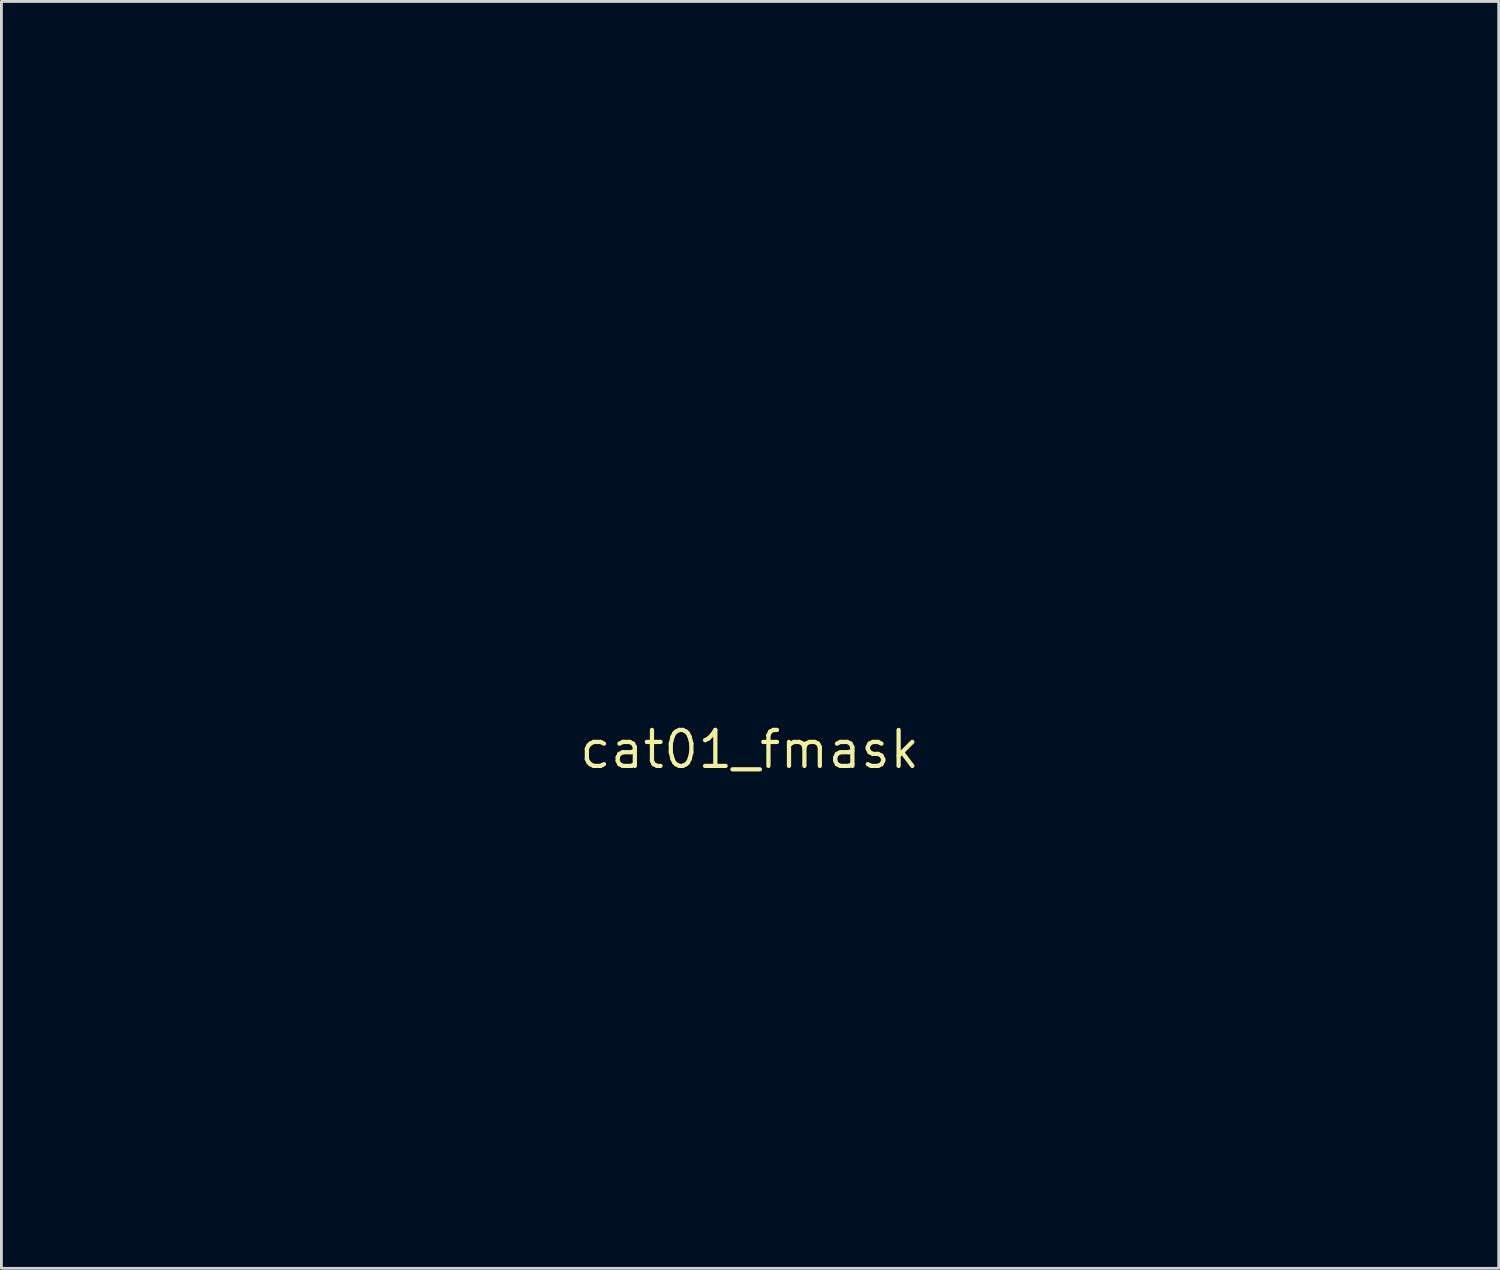
<source format=kicad_pcb>
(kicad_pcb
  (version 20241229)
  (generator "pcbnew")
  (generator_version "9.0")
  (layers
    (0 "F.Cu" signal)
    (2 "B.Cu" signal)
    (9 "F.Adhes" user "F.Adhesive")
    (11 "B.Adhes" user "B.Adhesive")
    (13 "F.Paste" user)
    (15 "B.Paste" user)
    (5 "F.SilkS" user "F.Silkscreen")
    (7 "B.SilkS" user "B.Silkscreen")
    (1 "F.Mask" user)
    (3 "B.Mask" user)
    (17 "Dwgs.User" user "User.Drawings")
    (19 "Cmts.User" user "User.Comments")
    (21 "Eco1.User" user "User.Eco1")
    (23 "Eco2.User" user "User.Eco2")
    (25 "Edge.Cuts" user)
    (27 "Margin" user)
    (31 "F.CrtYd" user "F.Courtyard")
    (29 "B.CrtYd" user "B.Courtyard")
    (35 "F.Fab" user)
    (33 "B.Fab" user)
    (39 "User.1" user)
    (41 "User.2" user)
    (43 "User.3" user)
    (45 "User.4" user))
  (footprint "cat01_fmask"
    (layer "F.Cu")
    (at 23.415 23.411)
    (property "Reference" "cat01_fmask" (at 0 0 0) (layer "F.SilkS") (effects (font (size 1.27 1.27) (thickness 0.15))))
    (attr through_hole)
    (fp_poly (pts (xy 4.543 -1.72) (xy 4.652 -1.654) (xy 4.733 -1.537) (xy 4.766 -1.401) (xy 4.76 -1.337) (xy 4.726 -1.248) (xy 4.668 -1.181) (xy 4.571 -1.13) (xy 4.423 -1.09) (xy 4.21 -1.053) (xy 4.092 -1.037) (xy 3.475 -0.933) (xy 2.863 -0.784) (xy 2.278 -0.598) (xy 1.743 -0.381) (xy 1.566 -0.296) (xy 1.389 -0.209) (xy 1.266 -0.157) (xy 1.18 -0.136) (xy 1.111 -0.142) (xy 1.038 -0.171) (xy 1.017 -0.181) (xy 0.914 -0.276) (xy 0.864 -0.41) (xy 0.876 -0.553) (xy 0.905 -0.612) (xy 1.015 -0.724) (xy 1.198 -0.845) (xy 1.444 -0.972) (xy 1.741 -1.099) (xy 2.081 -1.225) (xy 2.451 -1.345) (xy 2.842 -1.455) (xy 3.243 -1.552) (xy 3.644 -1.632) (xy 3.93 -1.678) (xy 4.137 -1.704) (xy 4.323 -1.72) (xy 4.467 -1.726) (xy 4.543 -1.72)) (stroke (width 0.01) (type solid)) (fill yes) (layer "F.Mask"))
    (fp_poly (pts (xy 5.212 -0.59) (xy 5.28 -0.573) (xy 5.328 -0.535) (xy 5.372 -0.482) (xy 5.441 -0.361) (xy 5.443 -0.236) (xy 5.443 -0.234) (xy 5.391 -0.102) (xy 5.288 -0.013) (xy 5.12 0.04) (xy 5.009 0.056) (xy 4.83 0.084) (xy 4.625 0.131) (xy 4.487 0.17) (xy 4.257 0.255) (xy 3.979 0.377) (xy 3.673 0.523) (xy 3.363 0.684) (xy 3.07 0.848) (xy 2.815 1.004) (xy 2.803 1.012) (xy 2.574 1.153) (xy 2.396 1.24) (xy 2.258 1.273) (xy 2.149 1.254) (xy 2.059 1.187) (xy 2.035 1.158) (xy 1.957 1.011) (xy 1.963 0.866) (xy 1.988 0.808) (xy 2.051 0.738) (xy 2.178 0.638) (xy 2.356 0.515) (xy 2.573 0.377) (xy 2.816 0.232) (xy 3.075 0.087) (xy 3.323 -0.044) (xy 3.757 -0.251) (xy 4.141 -0.404) (xy 4.486 -0.509) (xy 4.804 -0.568) (xy 4.935 -0.58) (xy 5.105 -0.591) (xy 5.212 -0.59)) (stroke (width 0.01) (type solid)) (fill yes) (layer "F.Mask"))
    (fp_poly (pts (xy -3.342 -23.379) (xy -3.239 -23.371) (xy -2.206 -23.252) (xy -1.215 -23.061) (xy -0.26 -22.797) (xy 0.666 -22.458) (xy 1.566 -22.042) (xy 2.447 -21.547) (xy 3.314 -20.97) (xy 3.725 -20.665) (xy 4.34 -20.182) (xy 4.89 -19.726) (xy 5.389 -19.282) (xy 5.848 -18.837) (xy 6.28 -18.38) (xy 6.696 -17.898) (xy 7.108 -17.377) (xy 7.528 -16.804) (xy 7.969 -16.169) (xy 8.01 -16.108) (xy 8.287 -15.701) (xy 8.571 -15.295) (xy 8.852 -14.902) (xy 9.122 -14.532) (xy 9.373 -14.197) (xy 9.597 -13.908) (xy 9.785 -13.677) (xy 9.819 -13.637) (xy 9.97 -13.476) (xy 10.14 -13.312) (xy 10.297 -13.178) (xy 10.312 -13.167) (xy 10.474 -13.04) (xy 10.643 -12.9) (xy 10.761 -12.797) (xy 10.87 -12.703) (xy 10.954 -12.637) (xy 10.994 -12.616) (xy 11.031 -12.65) (xy 11.092 -12.739) (xy 11.149 -12.838) (xy 11.281 -13.063) (xy 11.451 -13.332) (xy 11.646 -13.622) (xy 11.849 -13.913) (xy 12.046 -14.182) (xy 12.223 -14.408) (xy 12.284 -14.482) (xy 12.603 -14.833) (xy 12.894 -15.111) (xy 13.164 -15.319) (xy 13.419 -15.462) (xy 13.665 -15.544) (xy 13.816 -15.566) (xy 14.009 -15.566) (xy 14.181 -15.527) (xy 14.34 -15.445) (xy 14.493 -15.311) (xy 14.648 -15.119) (xy 14.813 -14.862) (xy 14.995 -14.534) (xy 15.045 -14.436) (xy 15.287 -13.944) (xy 15.533 -13.396) (xy 15.787 -12.787) (xy 16.05 -12.113) (xy 16.325 -11.368) (xy 16.612 -10.548) (xy 16.785 -10.036) (xy 17.173 -8.876) (xy 17.741 -8.647) (xy 18.026 -8.529) (xy 18.358 -8.389) (xy 18.73 -8.228) (xy 19.131 -8.052) (xy 19.554 -7.865) (xy 19.988 -7.67) (xy 20.425 -7.472) (xy 20.855 -7.276) (xy 21.271 -7.084) (xy 21.661 -6.902) (xy 22.019 -6.733) (xy 22.334 -6.582) (xy 22.598 -6.452) (xy 22.801 -6.348) (xy 22.924 -6.281) (xy 23.058 -6.188) (xy 23.158 -6.081) (xy 23.234 -5.941) (xy 23.295 -5.75) (xy 23.349 -5.503) (xy 23.376 -5.311) (xy 23.398 -5.042) (xy 23.416 -4.707) (xy 23.43 -4.313) (xy 23.439 -3.87) (xy 23.444 -3.386) (xy 23.443 -2.87) (xy 23.438 -2.331) (xy 23.428 -1.778) (xy 23.413 -1.219) (xy 23.393 -0.663) (xy 23.361 0.135) (xy 23.333 0.853) (xy 23.31 1.497) (xy 23.29 2.069) (xy 23.275 2.576) (xy 23.265 3.022) (xy 23.258 3.412) (xy 23.256 3.751) (xy 23.258 4.042) (xy 23.265 4.292) (xy 23.275 4.504) (xy 23.29 4.683) (xy 23.31 4.835) (xy 23.333 4.964) (xy 23.361 5.074) (xy 23.393 5.168) (xy 23.438 5.339) (xy 23.437 5.474) (xy 23.437 5.477) (xy 23.383 5.581) (xy 23.267 5.728) (xy 23.098 5.911) (xy 22.881 6.125) (xy 22.624 6.362) (xy 22.335 6.617) (xy 22.021 6.884) (xy 21.689 7.156) (xy 21.347 7.427) (xy 21.003 7.691) (xy 20.662 7.942) (xy 20.334 8.173) (xy 20.025 8.378) (xy 19.911 8.45) (xy 19.365 8.784) (xy 18.755 9.15) (xy 18.091 9.541) (xy 17.382 9.953) (xy 16.641 10.378) (xy 15.876 10.812) (xy 15.099 11.249) (xy 14.319 11.683) (xy 13.547 12.108) (xy 12.793 12.518) (xy 12.068 12.908) (xy 11.382 13.271) (xy 10.745 13.602) (xy 10.168 13.896) (xy 10.068 13.946) (xy 9.43 14.26) (xy 8.861 14.531) (xy 8.358 14.759) (xy 7.918 14.946) (xy 7.539 15.093) (xy 7.217 15.202) (xy 6.95 15.273) (xy 6.743 15.307) (xy 6.644 15.314) (xy 6.558 15.311) (xy 6.47 15.293) (xy 6.362 15.255) (xy 6.217 15.19) (xy 6.019 15.094) (xy 5.948 15.059) (xy 5.671 14.92) (xy 5.324 14.741) (xy 4.912 14.524) (xy 4.439 14.272) (xy 3.907 13.987) (xy 3.322 13.671) (xy 2.687 13.326) (xy 2.007 12.955) (xy 1.285 12.559) (xy 0.525 12.141) (xy -0.269 11.703) (xy -1.092 11.248) (xy -1.941 10.776) (xy -2.812 10.292) (xy -3.701 9.796) (xy -4.604 9.291) (xy -5.517 8.78) (xy -6.436 8.264) (xy -7.357 7.746) (xy -8.276 7.227) (xy -9.188 6.711) (xy -10.091 6.199) (xy -10.98 5.693) (xy -11.045 5.656) (xy -11.366 5.474) (xy -11.665 5.305) (xy -11.934 5.155) (xy -12.165 5.028) (xy -12.349 4.928) (xy -12.478 4.859) (xy -12.544 4.828) (xy -12.551 4.826) (xy -12.61 4.842) (xy -12.726 4.885) (xy -12.876 4.946) (xy -12.936 4.971) (xy -13.588 5.208) (xy -14.269 5.367) (xy -14.972 5.449) (xy -15.693 5.453) (xy -16.426 5.38) (xy -17.167 5.229) (xy -17.909 5.002) (xy -18.204 4.889) (xy -18.719 4.663) (xy -19.177 4.416) (xy -19.601 4.135) (xy -20.012 3.804) (xy -20.432 3.41) (xy -20.45 3.392) (xy -20.995 2.787) (xy -21.489 2.116) (xy -21.932 1.383) (xy -22.321 0.592) (xy -22.655 -0.253) (xy -22.932 -1.15) (xy -23.15 -2.092) (xy -23.216 -2.456) (xy -23.353 -3.49) (xy -23.41 -4.498) (xy -23.403 -4.817) (xy -22.758 -4.817) (xy -22.735 -3.973) (xy -22.638 -3.015) (xy -22.478 -2.083) (xy -22.258 -1.185) (xy -21.981 -0.328) (xy -21.647 0.48) (xy -21.261 1.232) (xy -20.962 1.717) (xy -20.518 2.331) (xy -20.052 2.867) (xy -19.555 3.33) (xy -19.022 3.725) (xy -18.446 4.057) (xy -17.822 4.331) (xy -17.462 4.457) (xy -16.895 4.621) (xy -16.373 4.734) (xy -15.877 4.798) (xy -15.386 4.815) (xy -14.881 4.788) (xy -14.82 4.782) (xy -14.243 4.692) (xy -13.67 4.543) (xy -13.516 4.488) (xy -11.726 4.488) (xy -11.69 4.514) (xy -11.584 4.579) (xy -11.412 4.681) (xy -11.179 4.816) (xy -10.888 4.984) (xy -10.545 5.181) (xy -10.152 5.405) (xy -9.715 5.653) (xy -9.237 5.925) (xy -8.722 6.216) (xy -8.175 6.525) (xy -7.6 6.849) (xy -7.001 7.187) (xy -6.383 7.535) (xy -5.748 7.891) (xy -5.102 8.254) (xy -4.449 8.62) (xy -3.793 8.987) (xy -3.138 9.354) (xy -2.488 9.717) (xy -1.847 10.074) (xy -1.22 10.424) (xy -0.611 10.762) (xy -0.024 11.089) (xy 0.538 11.4) (xy 1.069 11.693) (xy 1.566 11.967) (xy 1.799 12.095) (xy 2.374 12.41) (xy 2.929 12.713) (xy 3.46 13.001) (xy 3.961 13.272) (xy 4.43 13.524) (xy 4.86 13.754) (xy 5.248 13.959) (xy 5.588 14.138) (xy 5.877 14.287) (xy 6.11 14.405) (xy 6.281 14.489) (xy 6.388 14.536) (xy 6.423 14.546) (xy 6.424 14.501) (xy 6.415 14.394) (xy 6.397 14.247) (xy 6.394 14.22) (xy 6.351 13.848) (xy 6.31 13.402) (xy 6.272 12.892) (xy 6.237 12.328) (xy 6.205 11.721) (xy 6.177 11.08) (xy 6.153 10.416) (xy 6.134 9.739) (xy 6.118 9.059) (xy 6.108 8.387) (xy 6.103 7.733) (xy 6.103 7.341) (xy 6.766 7.341) (xy 6.767 7.956) (xy 6.771 8.582) (xy 6.779 9.208) (xy 6.79 9.825) (xy 6.805 10.421) (xy 6.823 10.986) (xy 6.845 11.509) (xy 6.857 11.751) (xy 6.881 12.161) (xy 6.907 12.569) (xy 6.935 12.963) (xy 6.963 13.334) (xy 6.991 13.672) (xy 7.019 13.968) (xy 7.045 14.21) (xy 7.068 14.39) (xy 7.088 14.497) (xy 7.091 14.51) (xy 7.107 14.54) (xy 7.137 14.554) (xy 7.193 14.549) (xy 7.284 14.522) (xy 7.423 14.469) (xy 7.619 14.388) (xy 7.817 14.305) (xy 8.07 14.193) (xy 8.386 14.046) (xy 8.754 13.87) (xy 9.164 13.669) (xy 9.603 13.451) (xy 10.062 13.219) (xy 10.528 12.98) (xy 10.99 12.739) (xy 11.439 12.502) (xy 11.62 12.405) (xy 12.207 12.088) (xy 12.832 11.746) (xy 13.485 11.386) (xy 14.156 11.013) (xy 14.837 10.631) (xy 15.518 10.247) (xy 16.19 9.866) (xy 16.842 9.493) (xy 17.465 9.134) (xy 18.05 8.794) (xy 18.588 8.478) (xy 19.068 8.192) (xy 19.424 7.977) (xy 19.77 7.754) (xy 20.16 7.485) (xy 20.576 7.182) (xy 21.002 6.858) (xy 21.421 6.527) (xy 21.816 6.2) (xy 22.171 5.892) (xy 22.444 5.639) (xy 22.59 5.496) (xy 22.681 5.396) (xy 22.729 5.327) (xy 22.743 5.273) (xy 22.732 5.225) (xy 22.695 5.08) (xy 22.665 4.858) (xy 22.641 4.567) (xy 22.623 4.213) (xy 22.612 3.805) (xy 22.608 3.349) (xy 22.611 2.854) (xy 22.621 2.327) (xy 22.638 1.774) (xy 22.648 1.545) (xy 22.663 1.19) (xy 22.68 0.783) (xy 22.698 0.356) (xy 22.716 -0.058) (xy 22.731 -0.427) (xy 22.732 -0.445) (xy 22.757 -1.068) (xy 22.776 -1.674) (xy 22.791 -2.254) (xy 22.802 -2.799) (xy 22.807 -3.3) (xy 22.808 -3.749) (xy 22.803 -4.138) (xy 22.793 -4.457) (xy 22.781 -4.652) (xy 22.764 -4.87) (xy 22.747 -5.056) (xy 22.732 -5.194) (xy 22.72 -5.27) (xy 22.717 -5.279) (xy 22.671 -5.27) (xy 22.562 -5.224) (xy 22.399 -5.146) (xy 22.192 -5.043) (xy 21.951 -4.919) (xy 21.686 -4.779) (xy 21.408 -4.63) (xy 21.125 -4.475) (xy 20.848 -4.321) (xy 20.587 -4.173) (xy 20.351 -4.036) (xy 20.152 -3.915) (xy 20.076 -3.868) (xy 19.854 -3.726) (xy 20.107 -3.361) (xy 20.39 -2.884) (xy 20.592 -2.387) (xy 20.713 -1.864) (xy 20.756 -1.312) (xy 20.756 -1.27) (xy 20.752 -1.03) (xy 20.739 -0.845) (xy 20.712 -0.684) (xy 20.668 -0.518) (xy 20.643 -0.438) (xy 20.472 -0.028) (xy 20.249 0.316) (xy 19.975 0.593) (xy 19.652 0.802) (xy 19.282 0.94) (xy 18.866 1.008) (xy 18.669 1.014) (xy 18.272 0.979) (xy 17.895 0.871) (xy 17.529 0.688) (xy 17.169 0.425) (xy 16.952 0.228) (xy 16.71 -0.035) (xy 16.478 -0.339) (xy 16.274 -0.655) (xy 16.116 -0.959) (xy 16.081 -1.041) (xy 15.979 -1.299) (xy 15.343 -0.914) (xy 15.034 -0.726) (xy 14.759 -0.556) (xy 14.526 -0.41) (xy 14.342 -0.291) (xy 14.213 -0.204) (xy 14.147 -0.153) (xy 14.139 -0.144) (xy 14.16 -0.102) (xy 14.212 -0.011) (xy 14.266 0.078) (xy 14.464 0.443) (xy 14.639 0.847) (xy 14.771 1.244) (xy 14.778 1.27) (xy 14.835 1.558) (xy 14.869 1.888) (xy 14.879 2.231) (xy 14.865 2.561) (xy 14.827 2.849) (xy 14.801 2.96) (xy 14.657 3.358) (xy 14.46 3.719) (xy 14.219 4.029) (xy 13.943 4.275) (xy 13.879 4.319) (xy 13.527 4.503) (xy 13.135 4.636) (xy 12.727 4.71) (xy 12.328 4.721) (xy 12.145 4.701) (xy 11.787 4.616) (xy 11.463 4.472) (xy 11.167 4.265) (xy 10.892 3.989) (xy 10.632 3.639) (xy 10.414 3.272) (xy 10.312 3.096) (xy 10.204 2.924) (xy 10.11 2.79) (xy 10.092 2.767) (xy 10.007 2.667) (xy 9.943 2.619) (xy 9.867 2.611) (xy 9.756 2.629) (xy 9.618 2.664) (xy 9.46 2.722) (xy 9.271 2.808) (xy 9.044 2.927) (xy 8.767 3.084) (xy 8.432 3.283) (xy 8.359 3.327) (xy 8.037 3.519) (xy 7.735 3.691) (xy 7.464 3.839) (xy 7.234 3.956) (xy 7.056 4.037) (xy 6.953 4.073) (xy 6.913 4.095) (xy 6.884 4.146) (xy 6.864 4.242) (xy 6.846 4.401) (xy 6.84 4.471) (xy 6.819 4.799) (xy 6.801 5.201) (xy 6.787 5.667) (xy 6.776 6.186) (xy 6.769 6.748) (xy 6.766 7.341) (xy 6.103 7.341) (xy 6.103 7.107) (xy 6.109 6.52) (xy 6.121 5.981) (xy 6.139 5.501) (xy 6.14 5.482) (xy 6.155 5.171) (xy 6.169 4.88) (xy 6.181 4.622) (xy 6.19 4.41) (xy 6.196 4.257) (xy 6.199 4.179) (xy 6.202 4.019) (xy 5.567 3.752) (xy 5.162 3.578) (xy 4.709 3.376) (xy 4.215 3.15) (xy 3.687 2.903) (xy 3.133 2.639) (xy 2.56 2.362) (xy 1.975 2.075) (xy 1.385 1.783) (xy 0.799 1.488) (xy 0.222 1.195) (xy -0.338 0.907) (xy -0.873 0.628) (xy -1.377 0.361) (xy -1.841 0.111) (xy -2.259 -0.12) (xy -2.624 -0.327) (xy -2.928 -0.507) (xy -3.164 -0.657) (xy -3.207 -0.685) (xy -3.387 -0.809) (xy -3.526 -0.703) (xy -3.806 -0.534) (xy -4.1 -0.441) (xy -4.397 -0.426) (xy -4.684 -0.49) (xy -4.763 -0.523) (xy -4.88 -0.593) (xy -5.04 -0.71) (xy -5.224 -0.86) (xy -5.415 -1.03) (xy -5.416 -1.03) (xy -5.657 -1.246) (xy -5.857 -1.405) (xy -6.026 -1.513) (xy -6.176 -1.578) (xy -6.319 -1.606) (xy -6.386 -1.609) (xy -6.601 -1.582) (xy -6.861 -1.506) (xy -7.148 -1.391) (xy -7.444 -1.243) (xy -7.73 -1.072) (xy -7.99 -0.886) (xy -8.026 -0.857) (xy -8.26 -0.643) (xy -8.478 -0.398) (xy -8.683 -0.113) (xy -8.883 0.22) (xy -9.082 0.611) (xy -9.285 1.068) (xy -9.461 1.503) (xy -9.617 1.891) (xy -9.772 2.252) (xy -9.92 2.573) (xy -10.056 2.843) (xy -10.173 3.048) (xy -10.212 3.108) (xy -10.494 3.477) (xy -10.803 3.81) (xy -11.124 4.094) (xy -11.442 4.314) (xy -11.526 4.36) (xy -11.637 4.423) (xy -11.71 4.471) (xy -11.726 4.488) (xy -13.516 4.488) (xy -13.219 4.381) (xy -12.994 4.289) (xy -12.74 4.187) (xy -12.506 4.095) (xy -12.474 4.083) (xy -11.986 3.861) (xy -11.565 3.595) (xy -11.199 3.278) (xy -10.967 3.016) (xy -10.847 2.857) (xy -10.737 2.696) (xy -10.633 2.521) (xy -10.527 2.318) (xy -10.414 2.076) (xy -10.287 1.782) (xy -10.139 1.423) (xy -10.094 1.311) (xy -9.912 0.868) (xy -9.752 0.495) (xy -9.606 0.179) (xy -9.47 -0.09) (xy -9.337 -0.323) (xy -9.203 -0.531) (xy -9.101 -0.674) (xy -8.803 -1.026) (xy -8.458 -1.349) (xy -8.08 -1.633) (xy -7.682 -1.873) (xy -7.276 -2.06) (xy -6.874 -2.188) (xy -6.491 -2.249) (xy -6.354 -2.253) (xy -6.099 -2.229) (xy -5.854 -2.158) (xy -5.607 -2.033) (xy -5.345 -1.849) (xy -5.055 -1.598) (xy -5.024 -1.569) (xy -4.794 -1.359) (xy -4.61 -1.209) (xy -4.466 -1.113) (xy -4.353 -1.066) (xy -4.297 -1.058) (xy -4.164 -1.092) (xy -3.999 -1.182) (xy -3.817 -1.317) (xy -3.634 -1.483) (xy -3.465 -1.666) (xy -3.323 -1.853) (xy -3.232 -2.012) (xy -3.175 -2.15) (xy -3.144 -2.268) (xy -3.135 -2.402) (xy -3.142 -2.585) (xy -3.142 -2.587) (xy -3.157 -2.763) (xy -3.185 -2.909) (xy -3.236 -3.056) (xy -3.318 -3.236) (xy -3.344 -3.291) (xy -3.438 -3.468) (xy -3.535 -3.62) (xy -3.652 -3.768) (xy -3.805 -3.936) (xy -3.933 -4.066) (xy -4.405 -4.485) (xy -4.902 -4.824) (xy -5.422 -5.083) (xy -5.964 -5.261) (xy -6.526 -5.357) (xy -6.919 -5.376) (xy -7.478 -5.337) (xy -8.001 -5.221) (xy -8.489 -5.029) (xy -8.943 -4.76) (xy -9.362 -4.413) (xy -9.49 -4.285) (xy -9.65 -4.109) (xy -9.803 -3.922) (xy -9.954 -3.716) (xy -10.109 -3.481) (xy -10.273 -3.208) (xy -10.453 -2.887) (xy -10.653 -2.51) (xy -10.881 -2.068) (xy -10.952 -1.926) (xy -11.114 -1.607) (xy -11.275 -1.295) (xy -11.429 -1.001) (xy -11.568 -0.74) (xy -11.687 -0.523) (xy -11.777 -0.365) (xy -11.802 -0.322) (xy -12.105 0.121) (xy -12.434 0.522) (xy -12.781 0.87) (xy -13.134 1.155) (xy -13.483 1.367) (xy -14.057 1.616) (xy -14.618 1.783) (xy -15.163 1.87) (xy -15.691 1.875) (xy -16.2 1.798) (xy -16.69 1.64) (xy -16.901 1.543) (xy -17.146 1.411) (xy -17.357 1.274) (xy -17.559 1.115) (xy -17.773 0.916) (xy -17.932 0.754) (xy -18.335 0.276) (xy -18.695 -0.269) (xy -19.008 -0.871) (xy -19.273 -1.524) (xy -19.486 -2.219) (xy -19.645 -2.948) (xy -19.746 -3.703) (xy -19.78 -4.355) (xy -19.13 -4.355) (xy -19.121 -4.008) (xy -19.098 -3.711) (xy -19.096 -3.7) (xy -18.969 -2.91) (xy -18.78 -2.151) (xy -18.531 -1.437) (xy -18.37 -1.067) (xy -18.077 -0.516) (xy -17.751 -0.036) (xy -17.393 0.372) (xy -17.006 0.704) (xy -16.592 0.96) (xy -16.153 1.136) (xy -16.044 1.167) (xy -15.792 1.207) (xy -15.488 1.218) (xy -15.16 1.2) (xy -14.837 1.156) (xy -14.545 1.087) (xy -14.52 1.08) (xy -14.015 0.884) (xy -13.578 0.641) (xy -13.202 0.348) (xy -13.176 0.323) (xy -13.021 0.17) (xy -12.877 0.015) (xy -12.739 -0.149) (xy -12.604 -0.332) (xy -12.464 -0.54) (xy -12.315 -0.783) (xy -12.153 -1.068) (xy -11.971 -1.403) (xy -11.765 -1.798) (xy -11.53 -2.259) (xy -11.473 -2.371) (xy -11.316 -2.676) (xy -11.156 -2.98) (xy -11 -3.268) (xy -10.857 -3.524) (xy -10.735 -3.733) (xy -10.65 -3.871) (xy -10.541 -4.037) (xy -10.453 -4.177) (xy -10.393 -4.276) (xy -10.372 -4.318) (xy -10.406 -4.355) (xy -10.502 -4.427) (xy -10.648 -4.526) (xy -10.831 -4.647) (xy -11.042 -4.78) (xy -11.267 -4.92) (xy -11.495 -5.057) (xy -11.715 -5.185) (xy -11.832 -5.252) (xy -11.972 -5.328) (xy -12.179 -5.436) (xy -12.445 -5.573) (xy -12.76 -5.734) (xy -13.116 -5.915) (xy -13.503 -6.11) (xy -13.913 -6.316) (xy -14.338 -6.527) (xy -14.668 -6.692) (xy -15.097 -6.905) (xy -15.517 -7.115) (xy -15.921 -7.318) (xy -16.298 -7.509) (xy -16.642 -7.685) (xy -16.942 -7.84) (xy -17.191 -7.97) (xy -17.379 -8.071) (xy -17.478 -8.126) (xy -17.686 -8.247) (xy -17.835 -8.33) (xy -17.94 -8.371) (xy -18.017 -8.37) (xy -18.082 -8.326) (xy -18.151 -8.236) (xy -18.24 -8.1) (xy -18.272 -8.051) (xy -18.456 -7.73) (xy -18.63 -7.339) (xy -18.79 -6.891) (xy -18.931 -6.402) (xy -19.009 -6.07) (xy -19.053 -5.806) (xy -19.088 -5.479) (xy -19.113 -5.114) (xy -19.128 -4.732) (xy -19.13 -4.355) (xy -19.78 -4.355) (xy -19.787 -4.476) (xy -19.787 -4.572) (xy -19.768 -5.248) (xy -19.704 -5.874) (xy -19.591 -6.475) (xy -19.425 -7.075) (xy -19.352 -7.292) (xy -19.221 -7.632) (xy -19.068 -7.962) (xy -18.9 -8.271) (xy -18.725 -8.55) (xy -18.548 -8.79) (xy -18.376 -8.981) (xy -18.215 -9.115) (xy -18.073 -9.181) (xy -18.025 -9.186) (xy -17.972 -9.165) (xy -17.86 -9.108) (xy -17.703 -9.021) (xy -17.515 -8.913) (xy -17.399 -8.844) (xy -17.255 -8.762) (xy -17.044 -8.647) (xy -16.774 -8.504) (xy -16.456 -8.337) (xy -16.097 -8.152) (xy -15.706 -7.953) (xy -15.293 -7.744) (xy -14.867 -7.529) (xy -14.534 -7.364) (xy -13.93 -7.063) (xy -13.395 -6.796) (xy -12.924 -6.559) (xy -12.51 -6.348) (xy -12.146 -6.16) (xy -11.826 -5.992) (xy -11.543 -5.839) (xy -11.292 -5.699) (xy -11.064 -5.568) (xy -10.855 -5.443) (xy -10.658 -5.32) (xy -10.466 -5.196) (xy -10.443 -5.181) (xy -9.9 -4.824) (xy -9.653 -5.047) (xy -9.242 -5.364) (xy -8.773 -5.626) (xy -8.261 -5.826) (xy -7.853 -5.932) (xy -7.576 -5.976) (xy -7.252 -6.003) (xy -6.909 -6.015) (xy -6.573 -6.01) (xy -6.269 -5.989) (xy -6.032 -5.953) (xy -5.408 -5.774) (xy -4.81 -5.518) (xy -4.249 -5.188) (xy -3.732 -4.791) (xy -3.365 -4.437) (xy -3.035 -4.041) (xy -2.778 -3.639) (xy -2.597 -3.235) (xy -2.492 -2.834) (xy -2.464 -2.442) (xy -2.514 -2.063) (xy -2.643 -1.702) (xy -2.771 -1.477) (xy -2.835 -1.372) (xy -2.874 -1.297) (xy -2.879 -1.279) (xy -2.842 -1.238) (xy -2.733 -1.161) (xy -2.559 -1.053) (xy -2.324 -0.915) (xy -2.032 -0.749) (xy -1.689 -0.56) (xy -1.299 -0.349) (xy -0.867 -0.119) (xy -0.398 0.127) (xy 0.102 0.387) (xy 0.63 0.658) (xy 1.179 0.938) (xy 1.291 0.994) (xy 2.04 1.369) (xy 2.748 1.719) (xy 3.412 2.043) (xy 4.029 2.338) (xy 4.593 2.603) (xy 5.102 2.835) (xy 5.551 3.034) (xy 5.937 3.197) (xy 6.254 3.322) (xy 6.431 3.385) (xy 6.686 3.471) (xy 6.904 3.385) (xy 7.009 3.336) (xy 7.17 3.251) (xy 7.373 3.139) (xy 7.601 3.007) (xy 7.841 2.865) (xy 7.862 2.853) (xy 8.115 2.702) (xy 8.372 2.552) (xy 8.613 2.415) (xy 8.819 2.302) (xy 8.967 2.224) (xy 9.333 2.042) (xy 9.179 1.977) (xy 9.035 1.882) (xy 8.949 1.755) (xy 8.927 1.614) (xy 8.971 1.479) (xy 9.044 1.4) (xy 9.143 1.338) (xy 9.242 1.319) (xy 9.361 1.346) (xy 9.523 1.42) (xy 9.569 1.444) (xy 9.948 1.691) (xy 10.308 2.015) (xy 10.642 2.411) (xy 10.945 2.872) (xy 11.001 2.969) (xy 11.206 3.309) (xy 11.406 3.574) (xy 11.609 3.775) (xy 11.817 3.917) (xy 11.925 3.974) (xy 12.02 4.01) (xy 12.123 4.031) (xy 12.26 4.039) (xy 12.454 4.04) (xy 12.488 4.04) (xy 12.828 4.022) (xy 13.108 3.966) (xy 13.346 3.867) (xy 13.563 3.718) (xy 13.643 3.647) (xy 13.893 3.363) (xy 14.073 3.042) (xy 14.185 2.678) (xy 14.232 2.263) (xy 14.234 2.159) (xy 14.201 1.724) (xy 14.104 1.293) (xy 13.951 0.88) (xy 13.749 0.495) (xy 13.504 0.153) (xy 13.222 -0.134) (xy 12.912 -0.354) (xy 12.877 -0.373) (xy 12.621 -0.495) (xy 12.377 -0.577) (xy 12.117 -0.626) (xy 11.815 -0.648) (xy 11.62 -0.65) (xy 11.108 -0.62) (xy 10.595 -0.531) (xy 10.068 -0.38) (xy 9.514 -0.163) (xy 9.207 -0.021) (xy 8.664 0.269) (xy 8.18 0.587) (xy 7.739 0.948) (xy 7.325 1.363) (xy 6.921 1.849) (xy 6.878 1.905) (xy 6.739 2.086) (xy 6.639 2.21) (xy 6.564 2.289) (xy 6.501 2.333) (xy 6.44 2.354) (xy 6.366 2.362) (xy 6.365 2.362) (xy 6.241 2.361) (xy 6.16 2.325) (xy 6.101 2.261) (xy 6.038 2.155) (xy 6.011 2.057) (xy 6.011 2.055) (xy 6.037 1.985) (xy 6.109 1.864) (xy 6.217 1.703) (xy 6.352 1.516) (xy 6.505 1.315) (xy 6.666 1.112) (xy 6.826 0.92) (xy 6.975 0.751) (xy 7.04 0.682) (xy 7.45 0.308) (xy 7.928 -0.046) (xy 8.458 -0.372) (xy 9.024 -0.662) (xy 9.61 -0.908) (xy 10.201 -1.102) (xy 10.78 -1.237) (xy 10.996 -1.271) (xy 11.294 -1.298) (xy 11.624 -1.305) (xy 11.957 -1.292) (xy 12.265 -1.262) (xy 12.522 -1.215) (xy 12.551 -1.208) (xy 12.857 -1.107) (xy 13.152 -0.978) (xy 13.406 -0.835) (xy 13.493 -0.773) (xy 13.673 -0.636) (xy 13.98 -0.842) (xy 14.112 -0.928) (xy 14.3 -1.047) (xy 14.526 -1.189) (xy 14.776 -1.343) (xy 15.031 -1.5) (xy 15.071 -1.524) (xy 15.314 -1.673) (xy 15.544 -1.816) (xy 15.747 -1.943) (xy 15.909 -2.046) (xy 16.016 -2.117) (xy 16.033 -2.129) (xy 16.217 -2.227) (xy 16.385 -2.249) (xy 16.529 -2.195) (xy 16.569 -2.161) (xy 16.614 -2.106) (xy 16.639 -2.036) (xy 16.648 -1.93) (xy 16.646 -1.765) (xy 16.645 -1.735) (xy 16.646 -1.529) (xy 16.67 -1.354) (xy 16.726 -1.186) (xy 16.821 -1.003) (xy 16.963 -0.78) (xy 16.979 -0.758) (xy 17.229 -0.438) (xy 17.515 -0.152) (xy 17.819 0.081) (xy 18.028 0.202) (xy 18.195 0.281) (xy 18.325 0.328) (xy 18.452 0.351) (xy 18.611 0.358) (xy 18.709 0.358) (xy 18.909 0.352) (xy 19.057 0.333) (xy 19.187 0.295) (xy 19.312 0.24) (xy 19.586 0.062) (xy 19.803 -0.176) (xy 19.963 -0.472) (xy 20.063 -0.822) (xy 20.101 -1.221) (xy 20.097 -1.434) (xy 20.035 -1.921) (xy 19.898 -2.375) (xy 19.685 -2.801) (xy 19.393 -3.207) (xy 19.229 -3.391) (xy 18.924 -3.672) (xy 18.606 -3.883) (xy 18.26 -4.029) (xy 17.872 -4.115) (xy 17.43 -4.148) (xy 17.365 -4.148) (xy 16.874 -4.118) (xy 16.399 -4.03) (xy 15.948 -3.888) (xy 15.53 -3.699) (xy 15.153 -3.467) (xy 14.827 -3.197) (xy 14.558 -2.895) (xy 14.357 -2.565) (xy 14.243 -2.264) (xy 14.162 -2.049) (xy 14.057 -1.902) (xy 13.935 -1.827) (xy 13.803 -1.827) (xy 13.668 -1.907) (xy 13.651 -1.924) (xy 13.584 -2.008) (xy 13.554 -2.102) (xy 13.559 -2.228) (xy 13.597 -2.408) (xy 13.61 -2.455) (xy 13.758 -2.853) (xy 13.983 -3.233) (xy 14.279 -3.587) (xy 14.637 -3.908) (xy 15.051 -4.189) (xy 15.374 -4.358) (xy 15.871 -4.557) (xy 16.392 -4.702) (xy 16.915 -4.789) (xy 17.419 -4.814) (xy 17.642 -4.803) (xy 18.003 -4.773) (xy 17.973 -5.022) (xy 17.924 -5.277) (xy 17.831 -5.601) (xy 17.694 -5.992) (xy 17.514 -6.447) (xy 17.292 -6.963) (xy 17.153 -7.271) (xy 16.996 -7.614) (xy 16.869 -7.896) (xy 16.83 -7.984) (xy 17.579 -7.984) (xy 17.588 -7.939) (xy 17.627 -7.834) (xy 17.691 -7.683) (xy 17.771 -7.501) (xy 17.861 -7.304) (xy 17.955 -7.105) (xy 18.044 -6.922) (xy 18.122 -6.767) (xy 18.183 -6.657) (xy 18.218 -6.606) (xy 18.222 -6.604) (xy 18.274 -6.621) (xy 18.386 -6.667) (xy 18.539 -6.735) (xy 18.678 -6.799) (xy 18.936 -6.913) (xy 19.134 -6.985) (xy 19.285 -7.017) (xy 19.4 -7.009) (xy 19.492 -6.965) (xy 19.534 -6.929) (xy 19.619 -6.795) (xy 19.639 -6.648) (xy 19.588 -6.515) (xy 19.587 -6.513) (xy 19.524 -6.465) (xy 19.404 -6.401) (xy 19.249 -6.331) (xy 19.196 -6.31) (xy 19.006 -6.231) (xy 18.814 -6.146) (xy 18.658 -6.071) (xy 18.643 -6.063) (xy 18.426 -5.948) (xy 18.485 -5.747) (xy 18.528 -5.631) (xy 18.57 -5.558) (xy 18.59 -5.546) (xy 18.644 -5.561) (xy 18.759 -5.605) (xy 18.921 -5.669) (xy 19.111 -5.748) (xy 19.149 -5.764) (xy 19.466 -5.89) (xy 19.719 -5.971) (xy 19.916 -6.006) (xy 20.064 -5.998) (xy 20.17 -5.948) (xy 20.188 -5.932) (xy 20.26 -5.812) (xy 20.276 -5.674) (xy 20.242 -5.541) (xy 20.167 -5.435) (xy 20.056 -5.379) (xy 20.019 -5.376) (xy 19.947 -5.361) (xy 19.816 -5.317) (xy 19.644 -5.253) (xy 19.449 -5.175) (xy 19.437 -5.17) (xy 19.234 -5.086) (xy 19.045 -5.01) (xy 18.891 -4.951) (xy 18.796 -4.916) (xy 18.695 -4.873) (xy 18.654 -4.814) (xy 18.647 -4.734) (xy 18.654 -4.661) (xy 18.685 -4.605) (xy 18.755 -4.551) (xy 18.882 -4.481) (xy 18.929 -4.458) (xy 19.074 -4.38) (xy 19.192 -4.308) (xy 19.26 -4.257) (xy 19.262 -4.254) (xy 19.315 -4.202) (xy 19.334 -4.191) (xy 19.376 -4.212) (xy 19.474 -4.27) (xy 19.615 -4.355) (xy 19.783 -4.459) (xy 19.784 -4.46) (xy 20.123 -4.666) (xy 20.514 -4.893) (xy 20.933 -5.128) (xy 21.354 -5.356) (xy 21.755 -5.565) (xy 21.844 -5.611) (xy 22.331 -5.856) (xy 21.759 -6.13) (xy 21.45 -6.277) (xy 21.111 -6.436) (xy 20.75 -6.603) (xy 20.375 -6.774) (xy 19.994 -6.947) (xy 19.615 -7.118) (xy 19.246 -7.283) (xy 18.894 -7.439) (xy 18.567 -7.582) (xy 18.274 -7.708) (xy 18.022 -7.815) (xy 17.82 -7.899) (xy 17.674 -7.956) (xy 17.593 -7.983) (xy 17.579 -7.984) (xy 16.83 -7.984) (xy 16.765 -8.13) (xy 16.678 -8.334) (xy 16.603 -8.52) (xy 16.534 -8.705) (xy 16.465 -8.904) (xy 16.389 -9.131) (xy 16.3 -9.402) (xy 16.254 -9.546) (xy 15.935 -10.505) (xy 15.624 -11.384) (xy 15.319 -12.187) (xy 15.019 -12.918) (xy 14.722 -13.582) (xy 14.562 -13.914) (xy 14.401 -14.231) (xy 14.266 -14.476) (xy 14.153 -14.659) (xy 14.054 -14.784) (xy 13.966 -14.861) (xy 13.882 -14.897) (xy 13.838 -14.901) (xy 13.674 -14.863) (xy 13.48 -14.752) (xy 13.26 -14.571) (xy 13.018 -14.326) (xy 12.756 -14.021) (xy 12.48 -13.66) (xy 12.192 -13.247) (xy 11.896 -12.786) (xy 11.643 -12.363) (xy 11.529 -12.17) (xy 11.424 -12.002) (xy 11.339 -11.873) (xy 11.282 -11.798) (xy 11.271 -11.787) (xy 11.211 -11.769) (xy 11.086 -11.757) (xy 10.892 -11.752) (xy 10.622 -11.754) (xy 10.418 -11.758) (xy 9.981 -11.762) (xy 9.58 -11.75) (xy 9.188 -11.718) (xy 8.781 -11.665) (xy 8.334 -11.588) (xy 8.043 -11.532) (xy 7.736 -11.463) (xy 7.429 -11.383) (xy 7.111 -11.285) (xy 6.768 -11.166) (xy 6.387 -11.022) (xy 5.955 -10.846) (xy 5.542 -10.672) (xy 5.267 -10.556) (xy 5.013 -10.451) (xy 4.792 -10.364) (xy 4.617 -10.297) (xy 4.497 -10.256) (xy 4.449 -10.245) (xy 4.345 -10.259) (xy 4.254 -10.312) (xy 4.165 -10.414) (xy 4.065 -10.579) (xy 4.023 -10.658) (xy 3.817 -11.012) (xy 3.561 -11.39) (xy 3.273 -11.768) (xy 2.969 -12.127) (xy 2.668 -12.444) (xy 2.455 -12.639) (xy 2.136 -12.888) (xy 1.851 -13.062) (xy 1.598 -13.16) (xy 1.425 -13.184) (xy 1.3 -13.18) (xy 1.213 -13.153) (xy 1.131 -13.086) (xy 1.06 -13.009) (xy 0.919 -12.806) (xy 0.782 -12.522) (xy 0.649 -12.161) (xy 0.522 -11.728) (xy 0.401 -11.225) (xy 0.287 -10.656) (xy 0.18 -10.027) (xy 0.08 -9.339) (xy -0.011 -8.599) (xy -0.092 -7.808) (xy -0.165 -6.971) (xy -0.227 -6.092) (xy -0.278 -5.175) (xy -0.318 -4.223) (xy -0.322 -4.111) (xy -0.332 -3.815) (xy -0.343 -3.592) (xy -0.354 -3.43) (xy -0.368 -3.318) (xy -0.385 -3.244) (xy -0.407 -3.196) (xy -0.429 -3.169) (xy -0.547 -3.105) (xy -0.693 -3.093) (xy -0.831 -3.133) (xy -0.889 -3.175) (xy -0.923 -3.216) (xy -0.946 -3.269) (xy -0.961 -3.35) (xy -0.969 -3.473) (xy -0.973 -3.654) (xy -0.973 -3.863) (xy -0.967 -4.349) (xy -0.949 -4.903) (xy -0.92 -5.507) (xy -0.882 -6.146) (xy -0.835 -6.803) (xy -0.781 -7.462) (xy -0.722 -8.106) (xy -0.657 -8.719) (xy -0.591 -9.271) (xy -0.479 -10.063) (xy -0.361 -10.774) (xy -0.234 -11.403) (xy -0.099 -11.955) (xy 0.046 -12.432) (xy 0.201 -12.834) (xy 0.367 -13.165) (xy 0.545 -13.426) (xy 0.736 -13.62) (xy 0.94 -13.749) (xy 1.025 -13.783) (xy 1.333 -13.841) (xy 1.659 -13.818) (xy 2.002 -13.715) (xy 2.36 -13.534) (xy 2.729 -13.276) (xy 3.109 -12.942) (xy 3.496 -12.532) (xy 3.605 -12.405) (xy 3.783 -12.184) (xy 3.977 -11.927) (xy 4.162 -11.67) (xy 4.285 -11.487) (xy 4.401 -11.311) (xy 4.502 -11.165) (xy 4.578 -11.06) (xy 4.621 -11.011) (xy 4.626 -11.009) (xy 4.673 -11.024) (xy 4.785 -11.068) (xy 4.95 -11.136) (xy 5.155 -11.222) (xy 5.387 -11.321) (xy 5.404 -11.329) (xy 6.035 -11.591) (xy 6.615 -11.809) (xy 7.162 -11.986) (xy 7.694 -12.129) (xy 8.229 -12.241) (xy 8.784 -12.328) (xy 9.379 -12.393) (xy 9.525 -12.406) (xy 9.734 -12.424) (xy 9.911 -12.44) (xy 10.038 -12.453) (xy 10.101 -12.461) (xy 10.105 -12.462) (xy 10.078 -12.489) (xy 10.001 -12.554) (xy 9.891 -12.642) (xy 9.7 -12.81) (xy 9.472 -13.046) (xy 9.211 -13.346) (xy 8.921 -13.703) (xy 8.605 -14.114) (xy 8.269 -14.573) (xy 7.915 -15.074) (xy 7.56 -15.596) (xy 7.112 -16.25) (xy 6.685 -16.838) (xy 6.268 -17.373) (xy 5.849 -17.867) (xy 5.416 -18.331) (xy 4.959 -18.779) (xy 4.465 -19.222) (xy 3.923 -19.672) (xy 3.321 -20.143) (xy 3.088 -20.318) (xy 2.278 -20.88) (xy 1.447 -21.366) (xy 0.588 -21.777) (xy -0.304 -22.117) (xy -1.237 -22.387) (xy -2.216 -22.59) (xy -2.942 -22.696) (xy -3.162 -22.715) (xy -3.448 -22.73) (xy -3.784 -22.739) (xy -4.149 -22.744) (xy -4.528 -22.745) (xy -4.902 -22.74) (xy -5.252 -22.731) (xy -5.562 -22.717) (xy -5.813 -22.698) (xy -5.842 -22.695) (xy -6.887 -22.55) (xy -7.882 -22.343) (xy -8.837 -22.07) (xy -9.764 -21.728) (xy -10.673 -21.315) (xy -10.722 -21.291) (xy -11.618 -20.807) (xy -12.44 -20.291) (xy -13.194 -19.739) (xy -13.885 -19.144) (xy -14.519 -18.503) (xy -15.103 -17.809) (xy -15.642 -17.057) (xy -15.83 -16.764) (xy -15.987 -16.503) (xy -16.15 -16.214) (xy -16.314 -15.906) (xy -16.473 -15.591) (xy -16.624 -15.279) (xy -16.762 -14.982) (xy -16.88 -14.708) (xy -16.975 -14.47) (xy -17.041 -14.278) (xy -17.073 -14.142) (xy -17.074 -14.091) (xy -17.077 -14.011) (xy -17.099 -13.871) (xy -17.136 -13.69) (xy -17.181 -13.504) (xy -17.236 -13.274) (xy -17.286 -13.022) (xy -17.333 -12.735) (xy -17.38 -12.398) (xy -17.428 -12) (xy -17.464 -11.67) (xy -17.505 -11.467) (xy -17.58 -11.337) (xy -17.695 -11.272) (xy -17.794 -11.261) (xy -17.95 -11.299) (xy -18.032 -11.364) (xy -18.077 -11.418) (xy -18.104 -11.475) (xy -18.114 -11.555) (xy -18.112 -11.679) (xy -18.099 -11.862) (xy -18.079 -12.073) (xy -18.051 -12.331) (xy -18.018 -12.597) (xy -17.994 -12.764) (xy -17.967 -12.961) (xy -17.946 -13.125) (xy -17.934 -13.24) (xy -17.933 -13.288) (xy -17.934 -13.288) (xy -17.975 -13.275) (xy -18.073 -13.222) (xy -18.215 -13.136) (xy -18.389 -13.026) (xy -18.582 -12.899) (xy -18.782 -12.764) (xy -18.977 -12.629) (xy -19.135 -12.515) (xy -19.36 -12.336) (xy -19.617 -12.111) (xy -19.89 -11.856) (xy -20.163 -11.585) (xy -20.421 -11.315) (xy -20.648 -11.061) (xy -20.83 -10.839) (xy -20.88 -10.77) (xy -21.271 -10.163) (xy -21.63 -9.494) (xy -21.951 -8.781) (xy -22.225 -8.043) (xy -22.444 -7.3) (xy -22.601 -6.57) (xy -22.604 -6.554) (xy -22.714 -5.696) (xy -22.758 -4.817) (xy -23.403 -4.817) (xy -23.387 -5.481) (xy -23.283 -6.442) (xy -23.098 -7.383) (xy -22.832 -8.306) (xy -22.485 -9.213) (xy -22.143 -9.938) (xy -21.829 -10.512) (xy -21.502 -11.024) (xy -21.146 -11.496) (xy -20.744 -11.951) (xy -20.419 -12.279) (xy -19.943 -12.709) (xy -19.441 -13.105) (xy -18.89 -13.482) (xy -18.449 -13.753) (xy -17.828 -14.118) (xy -17.608 -14.668) (xy -17.17 -15.674) (xy -16.686 -16.609) (xy -16.154 -17.477) (xy -15.572 -18.282) (xy -14.937 -19.024) (xy -14.248 -19.708) (xy -13.502 -20.336) (xy -12.869 -20.796) (xy -11.941 -21.381) (xy -10.979 -21.898) (xy -9.992 -22.342) (xy -8.988 -22.71) (xy -7.974 -22.999) (xy -7.451 -23.116) (xy -6.814 -23.226) (xy -6.125 -23.311) (xy -5.408 -23.371) (xy -4.688 -23.403) (xy -3.991 -23.406) (xy -3.342 -23.379)) (stroke (width 0.01) (type solid)) (fill yes) (layer "F.Mask")))
  (gr_rect
    (start -3 -3)
    (end 49.864 41.73)
    (stroke (width 0.1) (type default))
    (fill no)
    (layer "Edge.Cuts")))
</source>
